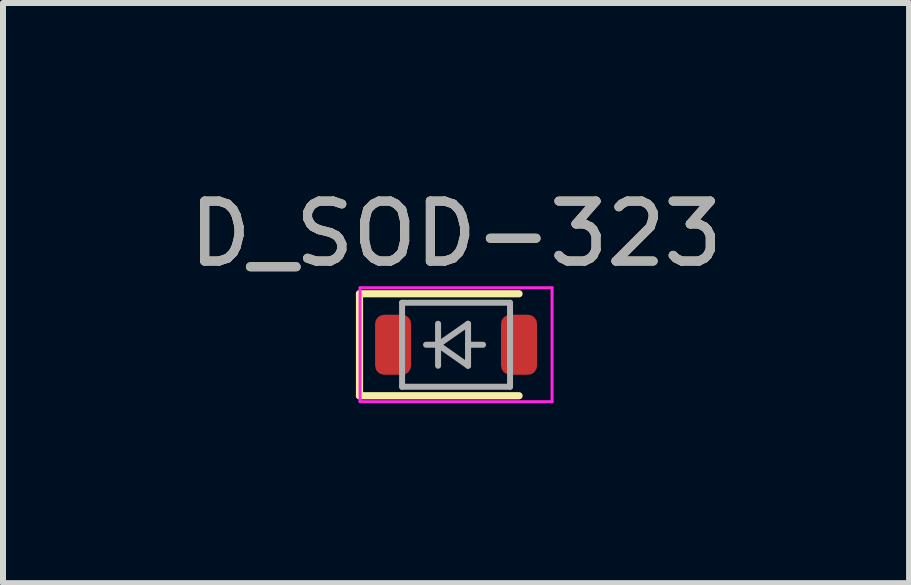
<source format=kicad_pcb>
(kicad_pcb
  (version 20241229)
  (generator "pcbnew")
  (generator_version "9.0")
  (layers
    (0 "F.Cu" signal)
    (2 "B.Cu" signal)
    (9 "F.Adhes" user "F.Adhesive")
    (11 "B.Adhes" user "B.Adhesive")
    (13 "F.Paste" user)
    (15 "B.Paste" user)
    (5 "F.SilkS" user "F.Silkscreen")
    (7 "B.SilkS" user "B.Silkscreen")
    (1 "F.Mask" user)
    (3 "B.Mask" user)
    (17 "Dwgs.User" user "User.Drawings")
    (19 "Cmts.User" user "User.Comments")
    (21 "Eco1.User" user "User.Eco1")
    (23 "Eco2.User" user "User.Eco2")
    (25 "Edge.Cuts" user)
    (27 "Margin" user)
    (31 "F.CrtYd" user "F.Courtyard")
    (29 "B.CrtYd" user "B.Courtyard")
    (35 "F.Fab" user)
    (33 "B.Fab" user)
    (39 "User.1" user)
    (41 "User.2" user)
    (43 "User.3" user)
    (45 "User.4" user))
  (footprint "D_SOD-323"
    (layer "F.Cu")
    (at 4.554 2.698)
    (property "Reference" "D_SOD-323" (at 0 -1.85 0) (layer "F.SilkS") (effects (font (size 1 1) (thickness 0.15))))
    (attr smd)
    (fp_line (start -1.61 -0.85) (end -1.61 0.85) (stroke (width 0.12) (type solid)) (layer "F.SilkS"))
    (fp_line (start -1.61 -0.85) (end 1.05 -0.85) (stroke (width 0.12) (type solid)) (layer "F.SilkS"))
    (fp_line (start -1.61 0.85) (end 1.05 0.85) (stroke (width 0.12) (type solid)) (layer "F.SilkS"))
    (fp_line (start -1.6 -0.95) (end -1.6 0.95) (stroke (width 0.05) (type solid)) (layer "F.CrtYd"))
    (fp_line (start -1.6 -0.95) (end 1.6 -0.95) (stroke (width 0.05) (type solid)) (layer "F.CrtYd"))
    (fp_line (start -1.6 0.95) (end 1.6 0.95) (stroke (width 0.05) (type solid)) (layer "F.CrtYd"))
    (fp_line (start 1.6 -0.95) (end 1.6 0.95) (stroke (width 0.05) (type solid)) (layer "F.CrtYd"))
    (fp_line (start -0.9 -0.7) (end 0.9 -0.7) (stroke (width 0.1) (type solid)) (layer "F.Fab"))
    (fp_line (start -0.9 0.7) (end -0.9 -0.7) (stroke (width 0.1) (type solid)) (layer "F.Fab"))
    (fp_line (start -0.3 -0.35) (end -0.3 0.35) (stroke (width 0.1) (type solid)) (layer "F.Fab"))
    (fp_line (start -0.3 0) (end -0.5 0) (stroke (width 0.1) (type solid)) (layer "F.Fab"))
    (fp_line (start -0.3 0) (end 0.2 -0.35) (stroke (width 0.1) (type solid)) (layer "F.Fab"))
    (fp_line (start 0.2 -0.35) (end 0.2 0.35) (stroke (width 0.1) (type solid)) (layer "F.Fab"))
    (fp_line (start 0.2 0) (end 0.45 0) (stroke (width 0.1) (type solid)) (layer "F.Fab"))
    (fp_line (start 0.2 0.35) (end -0.3 0) (stroke (width 0.1) (type solid)) (layer "F.Fab"))
    (fp_line (start 0.9 -0.7) (end 0.9 0.7) (stroke (width 0.1) (type solid)) (layer "F.Fab"))
    (fp_line (start 0.9 0.7) (end -0.9 0.7) (stroke (width 0.1) (type solid)) (layer "F.Fab"))
    (fp_text user "${REFERENCE}" (at 0 -1.85 0) (layer "F.Fab") (effects (font (size 1 1) (thickness 0.15))))
    (pad "1" smd roundrect (at -1.05 0) (size 0.6 1) (layers "F.Cu" "F.Mask" "F.Paste") (roundrect_rratio 0.25))
    (pad "2" smd roundrect (at 1.05 0) (size 0.6 1) (layers "F.Cu" "F.Mask" "F.Paste") (roundrect_rratio 0.25)))
  (gr_rect
    (start -3 -3)
    (end 12.107 6.673)
    (stroke (width 0.1) (type default))
    (fill no)
    (layer "Edge.Cuts")))
</source>
